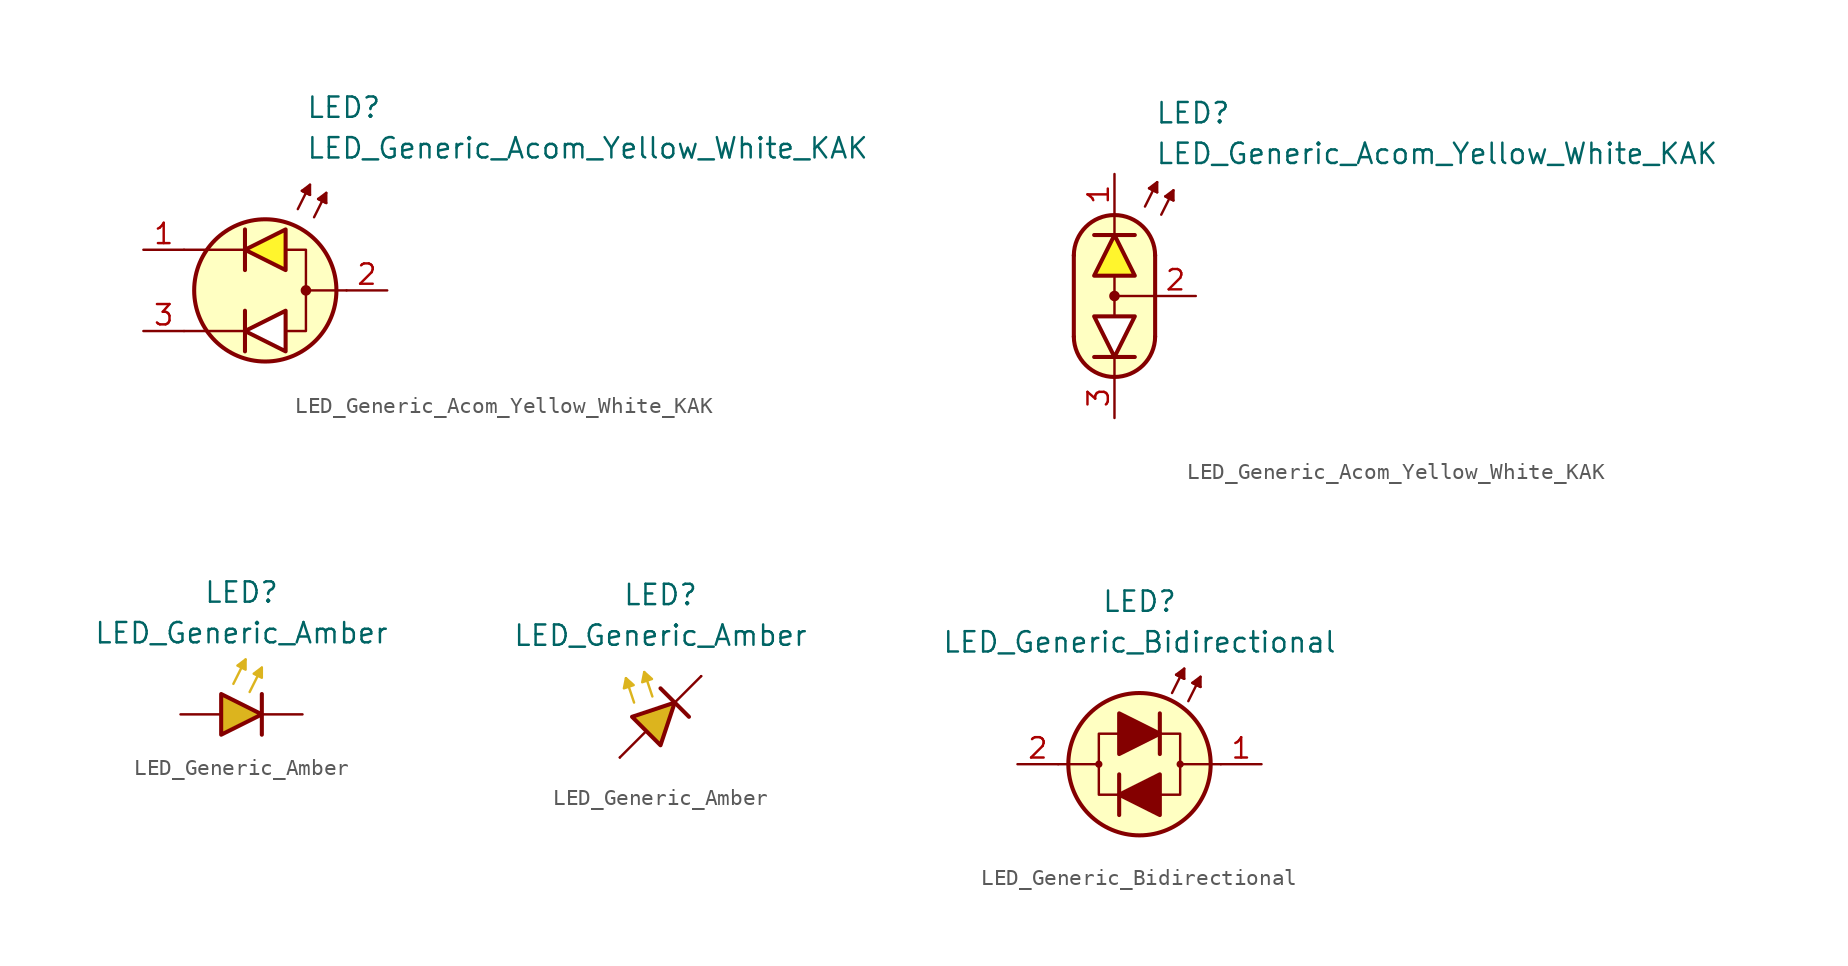
<source format=kicad_sym>
(kicad_symbol_lib
  (version 20231120)
  (generator "kicad_symbol_editor")
  (generator_version "8.0")
  (symbol "LED_Generic_Acom_Yellow_White_KAK"
    (pin_names
      (offset 1.016) hide)
    (property "Reference" "LED"
      (at 2.54 11.43 0)
      (effects (font (size 1.27 1.27)) (justify left)))
    (property "Value" "LED_Generic_Acom_Yellow_White_KAK"
      (at 2.54 8.89 0)
      (effects (font (size 1.27 1.27)) (justify left)))
    (symbol "LED_Generic_Acom_Yellow_White_KAK_0_1"
      (polyline (pts (xy -1.27 -3.81) (xy -1.27 -1.27)) (stroke (width 0.254) (type default)) (fill (type none)))
      (polyline (pts (xy -1.27 -2.54) (xy -5.08 -2.54)) (stroke (width 0.152) (type default)) (fill (type none)))
      (polyline (pts (xy -1.27 1.27) (xy -1.27 3.81)) (stroke (width 0.254) (type default)) (fill (type none)))
      (polyline (pts (xy -1.27 2.54) (xy -5.08 2.54)) (stroke (width 0.152) (type default)) (fill (type none)))
      (polyline (pts (xy 2.032 5.08) (xy 2.794 6.604)) (stroke (width 0.152) (type default)) (fill (type none)))
      (polyline (pts (xy 2.54 6.096) (xy 2.286 6.223)) (stroke (width 0.152) (type default)) (fill (type none)))
      (polyline (pts (xy 2.54 6.096) (xy 2.794 5.969)) (stroke (width 0.152) (type default)) (fill (type none)))
      (polyline (pts (xy 3.048 4.572) (xy 3.81 6.096)) (stroke (width 0.152) (type default)) (fill (type none)))
      (polyline (pts (xy 3.556 5.588) (xy 3.302 5.715)) (stroke (width 0.152) (type default)) (fill (type none)))
      (polyline (pts (xy 3.556 5.588) (xy 3.81 5.461)) (stroke (width 0.152) (type default)) (fill (type none)))
      (polyline (pts (xy 5.08 0) (xy 2.54 0)) (stroke (width 0.152) (type default)) (fill (type none)))
      (polyline (pts (xy 1.27 -3.81) (xy 1.27 -1.27) (xy -1.27 -2.54) (xy 1.27 -3.81)) (stroke (width 0.254) (type default)) (fill (type color) (color 255 255 255 1)))
      (polyline (pts (xy 1.27 1.27) (xy 1.27 3.81) (xy -1.27 2.54) (xy 1.27 1.27)) (stroke (width 0.254) (type default)) (fill (type color) (color 255 245 45 1)))
      (polyline (pts (xy 1.397 2.54) (xy 2.54 2.54) (xy 2.54 -2.54) (xy 1.397 -2.54)) (stroke (width 0.152) (type default)) (fill (type none)))
      (polyline (pts (xy 2.794 5.969) (xy 2.286 6.223) (xy 2.794 6.604) (xy 2.794 5.969)) (stroke (width 0.152) (type default)) (fill (type outline)))
      (polyline (pts (xy 3.81 5.461) (xy 3.302 5.715) (xy 3.81 6.096) (xy 3.81 5.461)) (stroke (width 0.152) (type default)) (fill (type outline)))
      (circle (center 0 0) (radius 4.445) (stroke (width 0.254) (type default)) (fill (type background)))
      (circle (center 2.54 0) (radius 0.254) (stroke (width 0) (type default)) (fill (type outline))))
    (symbol "LED_Generic_Acom_Yellow_White_KAK_0_2"
      (arc (start -2.54 -2.54) (mid 0 -5.0576) (end 2.54 -2.54) (stroke (width 0.254) (type default)) (fill (type none)))
      (polyline (pts (xy -2.54 2.54) (xy -2.54 -2.54)) (stroke (width 0.254) (type default)) (fill (type none)))
      (polyline (pts (xy -1.27 3.81) (xy 1.27 3.81)) (stroke (width 0.254) (type default)) (fill (type none)))
      (polyline (pts (xy 0 -5.08) (xy 0 -3.81)) (stroke (width 0) (type default)) (fill (type none)))
      (polyline (pts (xy 0 -1.27) (xy 0 1.27)) (stroke (width 0) (type default)) (fill (type none)))
      (polyline (pts (xy 0 5.08) (xy 0 3.81)) (stroke (width 0) (type default)) (fill (type none)))
      (polyline (pts (xy 1.27 -3.81) (xy -1.27 -3.81)) (stroke (width 0.254) (type default)) (fill (type none)))
      (polyline (pts (xy 1.905 5.588) (xy 2.667 7.112)) (stroke (width 0.152) (type default)) (fill (type none)))
      (polyline (pts (xy 2.413 6.604) (xy 2.159 6.731)) (stroke (width 0.152) (type default)) (fill (type none)))
      (polyline (pts (xy 2.413 6.604) (xy 2.667 6.477)) (stroke (width 0.152) (type default)) (fill (type none)))
      (polyline (pts (xy 2.54 -2.54) (xy 2.54 2.54)) (stroke (width 0.254) (type default)) (fill (type none)))
      (polyline (pts (xy 2.54 0) (xy 0 0)) (stroke (width 0) (type default)) (fill (type none)))
      (polyline (pts (xy 2.921 5.08) (xy 3.683 6.604)) (stroke (width 0.152) (type default)) (fill (type none)))
      (polyline (pts (xy 3.429 6.096) (xy 3.175 6.223)) (stroke (width 0.152) (type default)) (fill (type none)))
      (polyline (pts (xy 3.429 6.096) (xy 3.683 5.969)) (stroke (width 0.152) (type default)) (fill (type none)))
      (polyline (pts (xy 2.667 6.477) (xy 2.159 6.731) (xy 2.667 7.112) (xy 2.667 6.477)) (stroke (width 0.152) (type default)) (fill (type outline)))
      (polyline (pts (xy 3.683 5.969) (xy 3.175 6.223) (xy 3.683 6.604) (xy 3.683 5.969)) (stroke (width 0.152) (type default)) (fill (type outline)))
      (polyline (pts (xy 0 5.08) (xy 1.016 4.826) (xy 1.778 4.318) (xy 2.286 3.556) (xy 2.54 3.048) (xy 2.54 -2.794) (xy 2.286 -3.556) (xy 1.778 -4.318) (xy 1.016 -4.826) (xy 0.254 -5.08) (xy -0.254 -5.08) (xy -1.016 -4.826) (xy -1.524 -4.572) (xy -2.032 -4.064) (xy -2.286 -3.556) (xy -2.54 -2.794) (xy -2.54 2.794) (xy -2.286 3.556) (xy -2.032 4.064) (xy -1.524 4.572) (xy -1.016 4.826) (xy 0 5.08)) (stroke (width 0.01) (type default)) (fill (type background)))
      (circle (center 0 0) (radius 0.254) (stroke (width 0) (type default)) (fill (type outline)))
      (arc (start 2.54 2.54) (mid 0 5.0576) (end -2.54 2.54) (stroke (width 0.254) (type default)) (fill (type none))))
    (symbol "LED_Generic_Acom_Yellow_White_KAK_1_1"
      (pin passive line (at -7.62 2.54 0) (length 2.54) (name "A1" (effects (font (size 1.27 1.27)))) (number "1" (effects (font (size 1.27 1.27)))))
      (pin passive line (at 7.62 0 180) (length 2.54) (name "K" (effects (font (size 1.27 1.27)))) (number "2" (effects (font (size 1.27 1.27)))))
      (pin passive line (at -7.62 -2.54 0) (length 2.54) (name "A2" (effects (font (size 1.27 1.27)))) (number "3" (effects (font (size 1.27 1.27))))))
    (symbol "LED_Generic_Acom_Yellow_White_KAK_1_2"
      (polyline (pts (xy -1.27 1.27) (xy 1.27 1.27) (xy 0 3.81) (xy -1.27 1.27)) (stroke (width 0.254) (type default)) (fill (type color) (color 255 245 45 1)))
      (polyline (pts (xy 1.27 -1.27) (xy -1.27 -1.27) (xy 0 -3.81) (xy 1.27 -1.27)) (stroke (width 0.254) (type default)) (fill (type color) (color 255 255 255 1)))
      (pin passive line (at 0 7.62 270) (length 2.54) (name "A1" (effects (font (size 1.27 1.27)))) (number "1" (effects (font (size 1.27 1.27)))))
      (pin passive line (at 5.08 0 180) (length 2.54) (name "K" (effects (font (size 1.27 1.27)))) (number "2" (effects (font (size 1.27 1.27)))))
      (pin passive line (at 0 -7.62 90) (length 2.54) (name "A2" (effects (font (size 1.27 1.27)))) (number "3" (effects (font (size 1.27 1.27)))))))
  (symbol "LED_Generic_Amber"
    (pin_numbers hide)
    (pin_names
      (offset 1.016) hide)
    (property "Reference" "LED"
      (at 0 7.62 0)
      (effects (font (size 1.27 1.27))))
    (property "Value" "LED_Generic_Amber"
      (at 0 5.08 0)
      (effects (font (size 1.27 1.27))))
    (symbol "LED_Generic_Amber_0_1"
      (polyline (pts (xy -0.508 1.905) (xy 0.254 3.429)) (stroke (width 0.152) (type default) (color 220 180 30 1)) (fill (type none)))
      (polyline (pts (xy 0.508 1.397) (xy 1.27 2.921)) (stroke (width 0.152) (type default) (color 220 180 30 1)) (fill (type none)))
      (polyline (pts (xy 1.27 1.27) (xy 1.27 -1.27)) (stroke (width 0.254) (type default)) (fill (type none)))
      (polyline (pts (xy -1.27 1.27) (xy -1.27 -1.27) (xy 1.27 0) (xy -1.27 1.27)) (stroke (width 0.254) (type default)) (fill (type color) (color 220 180 30 1)))
      (polyline (pts (xy 0.254 2.794) (xy -0.254 3.048) (xy 0.254 3.429) (xy 0.254 2.794)) (stroke (width 0) (type solid) (color 220 180 30 1)) (fill (type outline)))
      (polyline (pts (xy 1.27 2.286) (xy 0.762 2.54) (xy 1.27 2.921) (xy 1.27 2.286)) (stroke (width 0.152) (type default) (color 220 180 30 1)) (fill (type outline))))
    (symbol "LED_Generic_Amber_0_2"
      (polyline (pts (xy -2.54 -2.54) (xy -0.889 -0.889)) (stroke (width 0) (type default)) (fill (type none)))
      (polyline (pts (xy -1.651 0.889) (xy -2.159 2.413)) (stroke (width 0) (type default) (color 220 180 30 1)) (fill (type none)))
      (polyline (pts (xy -0.508 1.27) (xy -1.016 2.794)) (stroke (width 0) (type default) (color 220 180 30 1)) (fill (type none)))
      (polyline (pts (xy 0 1.778) (xy 1.778 0)) (stroke (width 0.254) (type default)) (fill (type none)))
      (polyline (pts (xy 0.889 0.889) (xy 2.54 2.54)) (stroke (width 0) (type default)) (fill (type none)))
      (polyline (pts (xy -0.889 -0.889) (xy -1.778 0) (xy 0.889 0.889) (xy 0 -1.778) (xy -0.889 -0.889)) (stroke (width 0.254) (type default)) (fill (type color) (color 220 180 30 1))))
    (symbol "LED_Generic_Amber_1_1"
      (pin passive line (at 3.81 0 180) (length 2.54) (name "K" (effects (font (size 1.27 1.27)))) (number "1" (effects (font (size 1.27 1.27)))))
      (pin passive line (at -3.81 0 0) (length 2.54) (name "A" (effects (font (size 1.27 1.27)))) (number "2" (effects (font (size 1.27 1.27))))))
    (symbol "LED_Generic_Amber_1_2"
      (polyline (pts (xy -2.159 2.413) (xy -2.286 1.778) (xy -1.676 1.981) (xy -2.159 2.413)) (stroke (width 0) (type default) (color 220 180 30 1)) (fill (type outline)))
      (polyline (pts (xy -1.016 2.794) (xy -1.143 2.159) (xy -0.533 2.362) (xy -1.016 2.794)) (stroke (width 0) (type default) (color 220 180 30 1)) (fill (type outline)))
      (pin passive line (at 2.54 2.54 180) (length 0) (name "K" (effects (font (size 1.27 1.27)))) (number "1" (effects (font (size 1.27 1.27)))))
      (pin passive line (at -2.54 -2.54 0) (length 0) (name "A" (effects (font (size 1.27 1.27)))) (number "2" (effects (font (size 1.27 1.27)))))))
  (symbol "LED_Generic_Bidirectional"
    (pin_names
      (offset 1.016) hide)
    (property "Reference" "LED"
      (at 0 10.16 0)
      (effects (font (size 1.27 1.27))))
    (property "Value" "LED_Generic_Bidirectional"
      (at 0 7.62 0)
      (effects (font (size 1.27 1.27))))
    (symbol "LED_Generic_Bidirectional_0_1"
      (circle (center -2.54 0) (radius 0.152) (stroke (width 0.152) (type default)) (fill (type none)))
      (polyline (pts (xy -2.54 0) (xy -5.08 0)) (stroke (width 0.152) (type default)) (fill (type none)))
      (polyline (pts (xy -1.27 -3.175) (xy -1.27 -0.635)) (stroke (width 0.254) (type default)) (fill (type none)))
      (polyline (pts (xy -1.27 -1.905) (xy 1.27 -1.905)) (stroke (width 0) (type default)) (fill (type none)))
      (polyline (pts (xy 1.27 1.905) (xy -1.27 1.905)) (stroke (width 0) (type default)) (fill (type none)))
      (polyline (pts (xy 1.27 3.175) (xy 1.27 0.635)) (stroke (width 0.254) (type default)) (fill (type none)))
      (polyline (pts (xy 2.032 4.445) (xy 2.794 5.969)) (stroke (width 0.152) (type default)) (fill (type none)))
      (polyline (pts (xy 2.54 5.461) (xy 2.286 5.588)) (stroke (width 0.152) (type default)) (fill (type none)))
      (polyline (pts (xy 2.54 5.461) (xy 2.794 5.334)) (stroke (width 0.152) (type default)) (fill (type none)))
      (polyline (pts (xy 3.048 3.937) (xy 3.81 5.461)) (stroke (width 0.152) (type default)) (fill (type none)))
      (polyline (pts (xy 3.556 4.953) (xy 3.302 5.08)) (stroke (width 0.152) (type default)) (fill (type none)))
      (polyline (pts (xy 3.556 4.953) (xy 3.81 4.826)) (stroke (width 0.152) (type default)) (fill (type none)))
      (polyline (pts (xy 5.08 0) (xy 2.54 0)) (stroke (width 0.152) (type default)) (fill (type none)))
      (polyline (pts (xy -1.27 1.905) (xy -2.54 1.905) (xy -2.54 -1.905) (xy -1.27 -1.905)) (stroke (width 0.152) (type default)) (fill (type none)))
      (polyline (pts (xy -1.27 3.175) (xy -1.27 0.635) (xy 1.27 1.905) (xy -1.27 3.175)) (stroke (width 0.254) (type default)) (fill (type outline)))
      (polyline (pts (xy 1.27 -3.175) (xy 1.27 -0.635) (xy -1.27 -1.905) (xy 1.27 -3.175)) (stroke (width 0.254) (type default)) (fill (type outline)))
      (polyline (pts (xy 1.27 1.905) (xy 2.54 1.905) (xy 2.54 -1.905) (xy 1.27 -1.905)) (stroke (width 0.152) (type default)) (fill (type none)))
      (polyline (pts (xy 2.794 5.334) (xy 2.286 5.588) (xy 2.794 5.969) (xy 2.794 5.334)) (stroke (width 0.152) (type default)) (fill (type outline)))
      (polyline (pts (xy 3.81 4.826) (xy 3.302 5.08) (xy 3.81 5.461) (xy 3.81 4.826)) (stroke (width 0.152) (type default)) (fill (type outline)))
      (circle (center 0 0) (radius 4.445) (stroke (width 0.254) (type default)) (fill (type background)))
      (circle (center 2.54 0) (radius 0.152) (stroke (width 0.152) (type default)) (fill (type none))))
    (symbol "LED_Generic_Bidirectional_1_1"
      (pin passive line (at 7.62 0 180) (length 2.54) (name "K" (effects (font (size 1.27 1.27)))) (number "1" (effects (font (size 1.27 1.27)))))
      (pin passive line (at -7.62 0 0) (length 2.54) (name "A" (effects (font (size 1.27 1.27)))) (number "2" (effects (font (size 1.27 1.27))))))))
</source>
